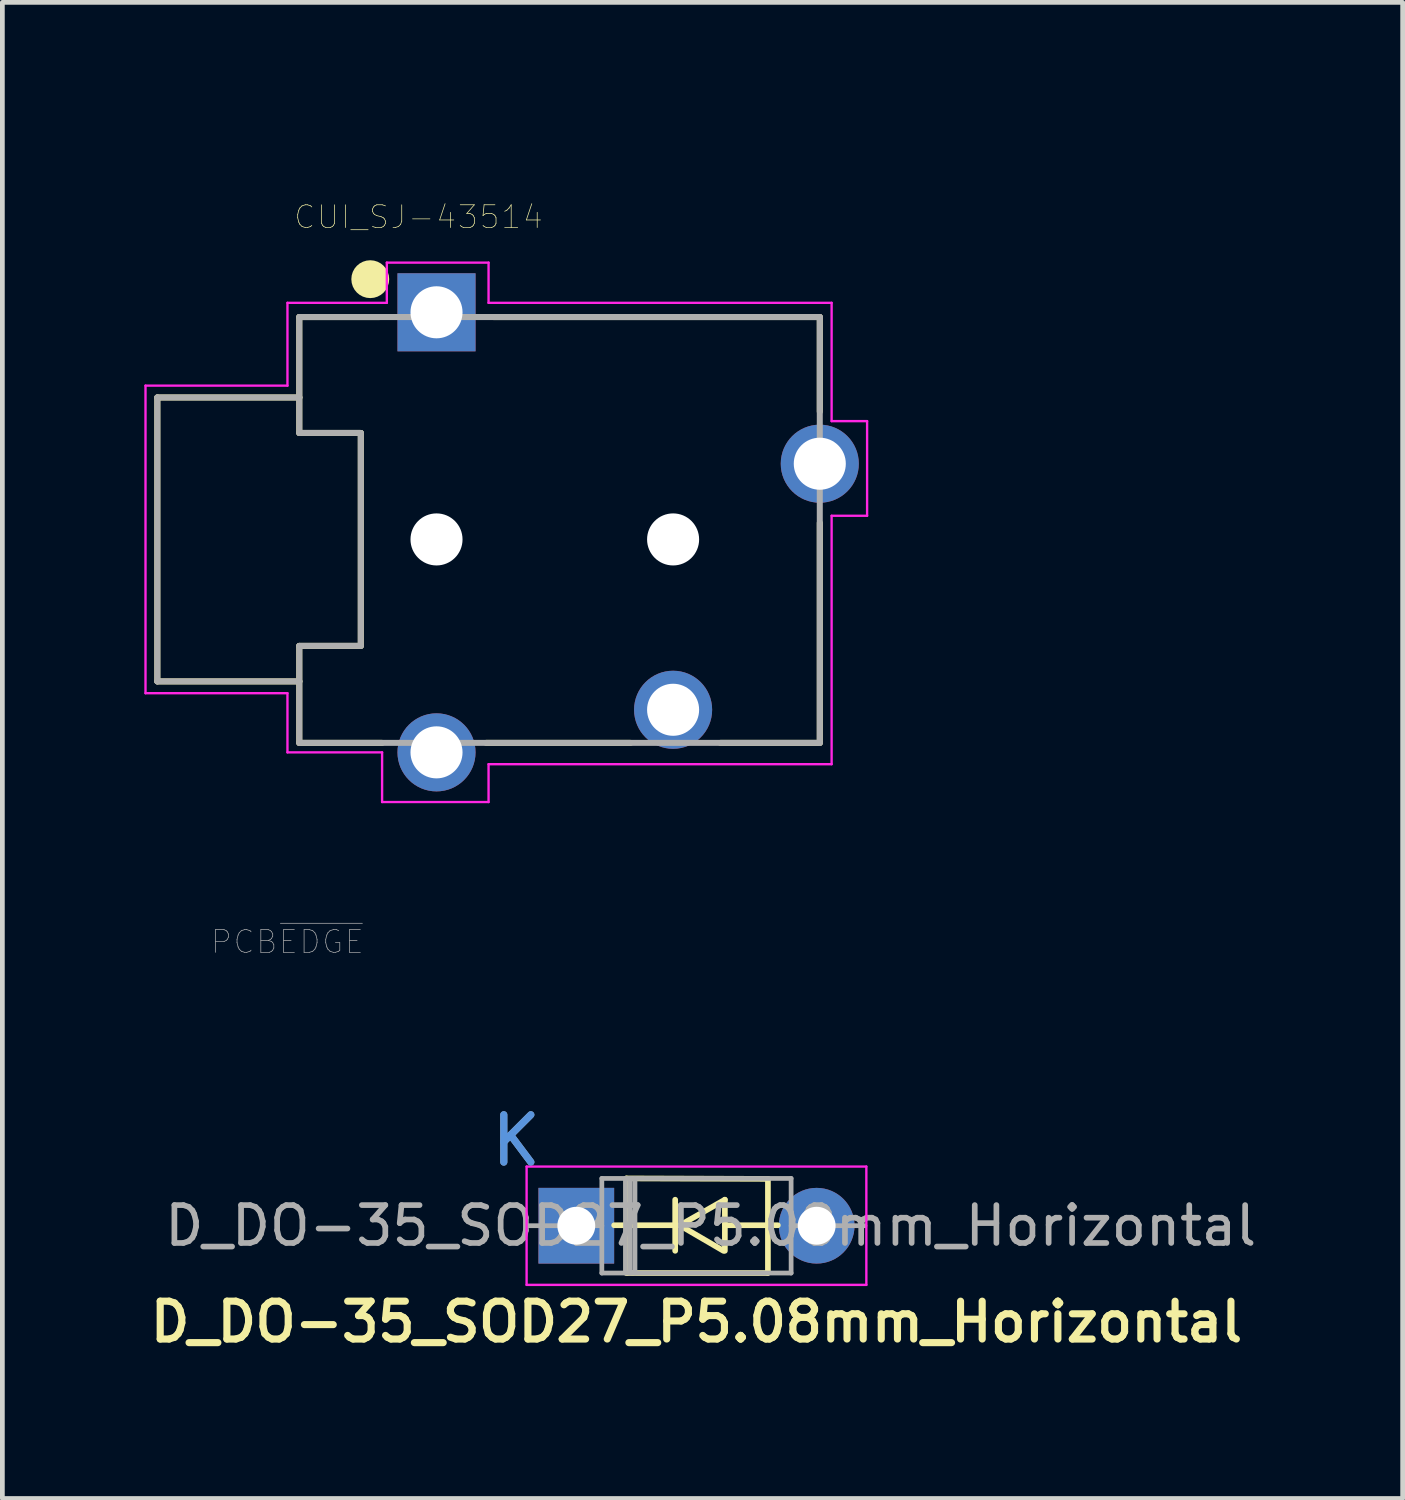
<source format=kicad_pcb>
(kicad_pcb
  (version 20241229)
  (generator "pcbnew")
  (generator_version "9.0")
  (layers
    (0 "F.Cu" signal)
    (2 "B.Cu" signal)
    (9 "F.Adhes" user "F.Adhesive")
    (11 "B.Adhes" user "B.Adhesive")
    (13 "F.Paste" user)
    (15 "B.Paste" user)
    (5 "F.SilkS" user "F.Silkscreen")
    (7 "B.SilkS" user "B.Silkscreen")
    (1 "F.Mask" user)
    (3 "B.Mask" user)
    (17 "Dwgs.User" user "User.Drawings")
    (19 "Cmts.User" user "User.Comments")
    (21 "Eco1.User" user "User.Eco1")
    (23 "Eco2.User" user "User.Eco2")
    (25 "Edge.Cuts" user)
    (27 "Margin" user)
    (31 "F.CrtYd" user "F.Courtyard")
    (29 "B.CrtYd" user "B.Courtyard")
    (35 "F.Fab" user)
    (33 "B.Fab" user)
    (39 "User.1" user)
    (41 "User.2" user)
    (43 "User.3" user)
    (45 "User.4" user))
  (footprint "CUI_SJ-43514"
    (layer "F.Cu")
    (at 8.775 8.35)
    (property "Reference" "CUI_SJ-43514" (at -2.98 -6.813 180) (layer "F.SilkS") (effects (font (size 0.481 0.481) (thickness 0.015))))
    (attr through_hole)
    (fp_line (start -8.5 -3) (end -5.5 -3) (stroke (width 0.127) (type solid)) (layer "F.SilkS"))
    (fp_line (start -8.5 3) (end -8.5 -3) (stroke (width 0.127) (type solid)) (layer "F.SilkS"))
    (fp_line (start -5.5 -4.7) (end -5.5 -3) (stroke (width 0.127) (type solid)) (layer "F.SilkS"))
    (fp_line (start -5.5 -3) (end -5.5 -2.25) (stroke (width 0.127) (type solid)) (layer "F.SilkS"))
    (fp_line (start -5.5 -2.25) (end -4.2 -2.25) (stroke (width 0.127) (type solid)) (layer "F.SilkS"))
    (fp_line (start -5.5 2.25) (end -5.5 3) (stroke (width 0.127) (type solid)) (layer "F.SilkS"))
    (fp_line (start -5.5 3) (end -8.5 3) (stroke (width 0.127) (type solid)) (layer "F.SilkS"))
    (fp_line (start -5.5 3) (end -5.5 4.3) (stroke (width 0.127) (type solid)) (layer "F.SilkS"))
    (fp_line (start -5.5 4.3) (end -3.75 4.3) (stroke (width 0.127) (type solid)) (layer "F.SilkS"))
    (fp_line (start -4.2 -2.25) (end -4.2 2.25) (stroke (width 0.127) (type solid)) (layer "F.SilkS"))
    (fp_line (start -4.2 2.25) (end -5.5 2.25) (stroke (width 0.127) (type solid)) (layer "F.SilkS"))
    (fp_line (start -3.8 -4.7) (end -5.5 -4.7) (stroke (width 0.127) (type solid)) (layer "F.SilkS"))
    (fp_line (start -1.4 -4.7) (end 5.5 -4.7) (stroke (width 0.127) (type solid)) (layer "F.SilkS"))
    (fp_line (start 1.5 4.3) (end -1.55 4.3) (stroke (width 0.127) (type solid)) (layer "F.SilkS"))
    (fp_line (start 5.5 -4.7) (end 5.5 -2.7) (stroke (width 0.127) (type solid)) (layer "F.SilkS"))
    (fp_line (start 5.5 -0.35) (end 5.5 4.3) (stroke (width 0.127) (type solid)) (layer "F.SilkS"))
    (fp_line (start 5.5 4.3) (end 3.4 4.3) (stroke (width 0.127) (type solid)) (layer "F.SilkS"))
    (fp_circle (center -4 -5.5) (end -3.8 -5.5) (stroke (width 0.4) (type solid)) (fill no) (layer "F.SilkS"))
    (fp_line (start -5.5 -8.35) (end -5.5 -2.25) (stroke (width 0.0001) (type solid)) (layer "Edge.Cuts"))
    (fp_line (start -5.5 -2.25) (end -4.2 -2.25) (stroke (width 0.0001) (type solid)) (layer "Edge.Cuts"))
    (fp_line (start -5.5 2.25) (end -5.5 8.85) (stroke (width 0.0001) (type solid)) (layer "Edge.Cuts"))
    (fp_line (start -4.2 -2.25) (end -4.2 2.25) (stroke (width 0.0001) (type solid)) (layer "Edge.Cuts"))
    (fp_line (start -4.2 2.25) (end -5.5 2.25) (stroke (width 0.0001) (type solid)) (layer "Edge.Cuts"))
    (fp_line (start -8.75 -3.25) (end -5.75 -3.25) (stroke (width 0.05) (type solid)) (layer "F.CrtYd"))
    (fp_line (start -8.75 3.25) (end -8.75 -3.25) (stroke (width 0.05) (type solid)) (layer "F.CrtYd"))
    (fp_line (start -5.75 -5) (end -3.65 -5) (stroke (width 0.05) (type solid)) (layer "F.CrtYd"))
    (fp_line (start -5.75 -3.25) (end -5.75 -5) (stroke (width 0.05) (type solid)) (layer "F.CrtYd"))
    (fp_line (start -5.75 3.25) (end -8.75 3.25) (stroke (width 0.05) (type solid)) (layer "F.CrtYd"))
    (fp_line (start -5.75 4.5) (end -5.75 3.25) (stroke (width 0.05) (type solid)) (layer "F.CrtYd"))
    (fp_line (start -3.75 4.5) (end -5.75 4.5) (stroke (width 0.05) (type solid)) (layer "F.CrtYd"))
    (fp_line (start -3.75 5.55) (end -3.75 4.5) (stroke (width 0.05) (type solid)) (layer "F.CrtYd"))
    (fp_line (start -3.65 -5.85) (end -1.5 -5.85) (stroke (width 0.05) (type solid)) (layer "F.CrtYd"))
    (fp_line (start -3.65 -5) (end -3.65 -5.85) (stroke (width 0.05) (type solid)) (layer "F.CrtYd"))
    (fp_line (start -1.5 -5.85) (end -1.5 -5) (stroke (width 0.05) (type solid)) (layer "F.CrtYd"))
    (fp_line (start -1.5 -5) (end 5.75 -5) (stroke (width 0.05) (type solid)) (layer "F.CrtYd"))
    (fp_line (start -1.5 4.75) (end -1.5 5.55) (stroke (width 0.05) (type solid)) (layer "F.CrtYd"))
    (fp_line (start -1.5 5.55) (end -3.75 5.55) (stroke (width 0.05) (type solid)) (layer "F.CrtYd"))
    (fp_line (start 5.75 -5) (end 5.75 -2.5) (stroke (width 0.05) (type solid)) (layer "F.CrtYd"))
    (fp_line (start 5.75 -2.5) (end 6.5 -2.5) (stroke (width 0.05) (type solid)) (layer "F.CrtYd"))
    (fp_line (start 5.75 -0.5) (end 5.75 4.75) (stroke (width 0.05) (type solid)) (layer "F.CrtYd"))
    (fp_line (start 5.75 4.75) (end -1.5 4.75) (stroke (width 0.05) (type solid)) (layer "F.CrtYd"))
    (fp_line (start 6.5 -2.5) (end 6.5 -0.5) (stroke (width 0.05) (type solid)) (layer "F.CrtYd"))
    (fp_line (start 6.5 -0.5) (end 5.75 -0.5) (stroke (width 0.05) (type solid)) (layer "F.CrtYd"))
    (fp_line (start -8.5 -3) (end -8.5 3) (stroke (width 0.127) (type solid)) (layer "F.Fab"))
    (fp_line (start -8.5 3) (end -5.5 3) (stroke (width 0.127) (type solid)) (layer "F.Fab"))
    (fp_line (start -5.5 -4.7) (end -5.5 -3) (stroke (width 0.127) (type solid)) (layer "F.Fab"))
    (fp_line (start -5.5 -4.7) (end 5.5 -4.7) (stroke (width 0.127) (type solid)) (layer "F.Fab"))
    (fp_line (start -5.5 -3) (end -8.5 -3) (stroke (width 0.127) (type solid)) (layer "F.Fab"))
    (fp_line (start -5.5 -3) (end -5.5 -2.25) (stroke (width 0.127) (type solid)) (layer "F.Fab"))
    (fp_line (start -5.5 -2.25) (end -4.2 -2.25) (stroke (width 0.127) (type solid)) (layer "F.Fab"))
    (fp_line (start -5.5 2.25) (end -5.5 3) (stroke (width 0.127) (type solid)) (layer "F.Fab"))
    (fp_line (start -5.5 3) (end -5.5 4.3) (stroke (width 0.127) (type solid)) (layer "F.Fab"))
    (fp_line (start -5.5 4.3) (end 5.5 4.3) (stroke (width 0.127) (type solid)) (layer "F.Fab"))
    (fp_line (start -4.2 -2.25) (end -4.2 2.25) (stroke (width 0.127) (type solid)) (layer "F.Fab"))
    (fp_line (start -4.2 2.25) (end -5.5 2.25) (stroke (width 0.127) (type solid)) (layer "F.Fab"))
    (fp_line (start 5.5 -4.7) (end 5.5 4.3) (stroke (width 0.127) (type solid)) (layer "F.Fab"))
    (fp_text user "PCB~{EDGE}" (at -5.753 8.505 180) (layer "F.Fab") (effects (font (size 0.48 0.48) (thickness 0.015))))
    (pad "" np_thru_hole circle (at -2.6 0) (size 1.1 1.1) (drill 1.1) (layers "*.Cu" "*.Mask"))
    (pad "" np_thru_hole circle (at 2.4 0) (size 1.1 1.1) (drill 1.1) (layers "*.Cu" "*.Mask"))
    (pad "1" thru_hole rect (at -2.6 -4.8) (size 1.65 1.65) (drill 1.1) (layers "*.Cu" "*.Mask"))
    (pad "2" thru_hole circle (at 2.4 3.6) (size 1.65 1.65) (drill 1.1) (layers "*.Cu" "*.Mask"))
    (pad "3" thru_hole circle (at 5.5 -1.6) (size 1.65 1.65) (drill 1.1) (layers "*.Cu" "*.Mask"))
    (pad "4" thru_hole circle (at -2.6 4.5) (size 1.65 1.65) (drill 1.1) (layers "*.Cu" "*.Mask")))
  (footprint "D_DO-35_SOD27_P5.08mm_Horizontal"
    (layer "F.Cu")
    (at 7.859 22.854)
    (property "Reference" "D_DO-35_SOD27_P5.08mm_Horizontal" (at 3.81 2.032 180) (layer "F.SilkS") (effects (font (size 0.8 0.8) (thickness 0.15))))
    (attr through_hole)
    (fp_line (start 2.07 -0.01) (end 3.35 -0.01) (stroke (width 0.12) (type solid)) (layer "F.SilkS"))
    (fp_line (start 2.33 -1) (end 5.32 -0.99) (stroke (width 0.12) (type solid)) (layer "F.SilkS"))
    (fp_line (start 2.33 1) (end 2.33 -1) (stroke (width 0.12) (type solid)) (layer "F.SilkS"))
    (fp_line (start 2.34 1) (end 5.31 1) (stroke (width 0.12) (type solid)) (layer "F.SilkS"))
    (fp_line (start 3.36 0.53) (end 3.36 -0.55) (stroke (width 0.12) (type solid)) (layer "F.SilkS"))
    (fp_line (start 3.46 -0.01) (end 4.41 -0.55) (stroke (width 0.12) (type solid)) (layer "F.SilkS"))
    (fp_line (start 3.47 0) (end 4.38 0.53) (stroke (width 0.12) (type solid)) (layer "F.SilkS"))
    (fp_line (start 4.41 0.53) (end 4.41 -0.55) (stroke (width 0.12) (type solid)) (layer "F.SilkS"))
    (fp_line (start 5.32 1) (end 5.32 -0.99) (stroke (width 0.12) (type solid)) (layer "F.SilkS"))
    (fp_line (start 5.53 -0.01) (end 4.41 -0.01) (stroke (width 0.12) (type solid)) (layer "F.SilkS"))
    (fp_line (start 0.22 -1.25) (end 0.22 1.25) (stroke (width 0.05) (type solid)) (layer "F.CrtYd"))
    (fp_line (start 0.22 1.25) (end 7.4 1.25) (stroke (width 0.05) (type solid)) (layer "F.CrtYd"))
    (fp_line (start 7.4 -1.25) (end 0.22 -1.25) (stroke (width 0.05) (type solid)) (layer "F.CrtYd"))
    (fp_line (start 7.4 1.25) (end 7.4 -1.25) (stroke (width 0.05) (type solid)) (layer "F.CrtYd"))
    (fp_line (start 0.25 0) (end 1.81 0) (stroke (width 0.1) (type solid)) (layer "F.Fab"))
    (fp_line (start 1.81 -1) (end 1.81 1) (stroke (width 0.1) (type solid)) (layer "F.Fab"))
    (fp_line (start 1.81 1) (end 5.81 1) (stroke (width 0.1) (type solid)) (layer "F.Fab"))
    (fp_line (start 2.31 -1) (end 2.31 1) (stroke (width 0.1) (type solid)) (layer "F.Fab"))
    (fp_line (start 2.41 -1) (end 2.41 1) (stroke (width 0.1) (type solid)) (layer "F.Fab"))
    (fp_line (start 2.51 -1) (end 2.51 1) (stroke (width 0.1) (type solid)) (layer "F.Fab"))
    (fp_line (start 5.81 -1) (end 1.81 -1) (stroke (width 0.1) (type solid)) (layer "F.Fab"))
    (fp_line (start 5.81 1) (end 5.81 -1) (stroke (width 0.1) (type solid)) (layer "F.Fab"))
    (fp_line (start 7.37 0) (end 5.81 0) (stroke (width 0.1) (type solid)) (layer "F.Fab"))
    (fp_text user "K" (at 0 -1.8 180) (layer "Cmts.User") (effects (font (size 1 1) (thickness 0.15))))
    (fp_text user "K" (at 0 -1.8 180) (layer "F.Fab") (effects (font (size 1 1) (thickness 0.15))))
    (fp_text user "${REFERENCE}" (at 4.11 0 180) (layer "F.Fab") (effects (font (size 0.8 0.8) (thickness 0.12))))
    (pad "1" thru_hole rect (at 1.27 0) (size 1.6 1.6) (drill 0.8) (layers "*.Cu" "*.Mask"))
    (pad "2" thru_hole oval (at 6.35 0) (size 1.6 1.6) (drill 0.8) (layers "*.Cu" "*.Mask")))
  (gr_rect
    (start -3 -3)
    (end 26.593 28.618)
    (stroke (width 0.1) (type default))
    (fill no)
    (layer "Edge.Cuts")))
</source>
